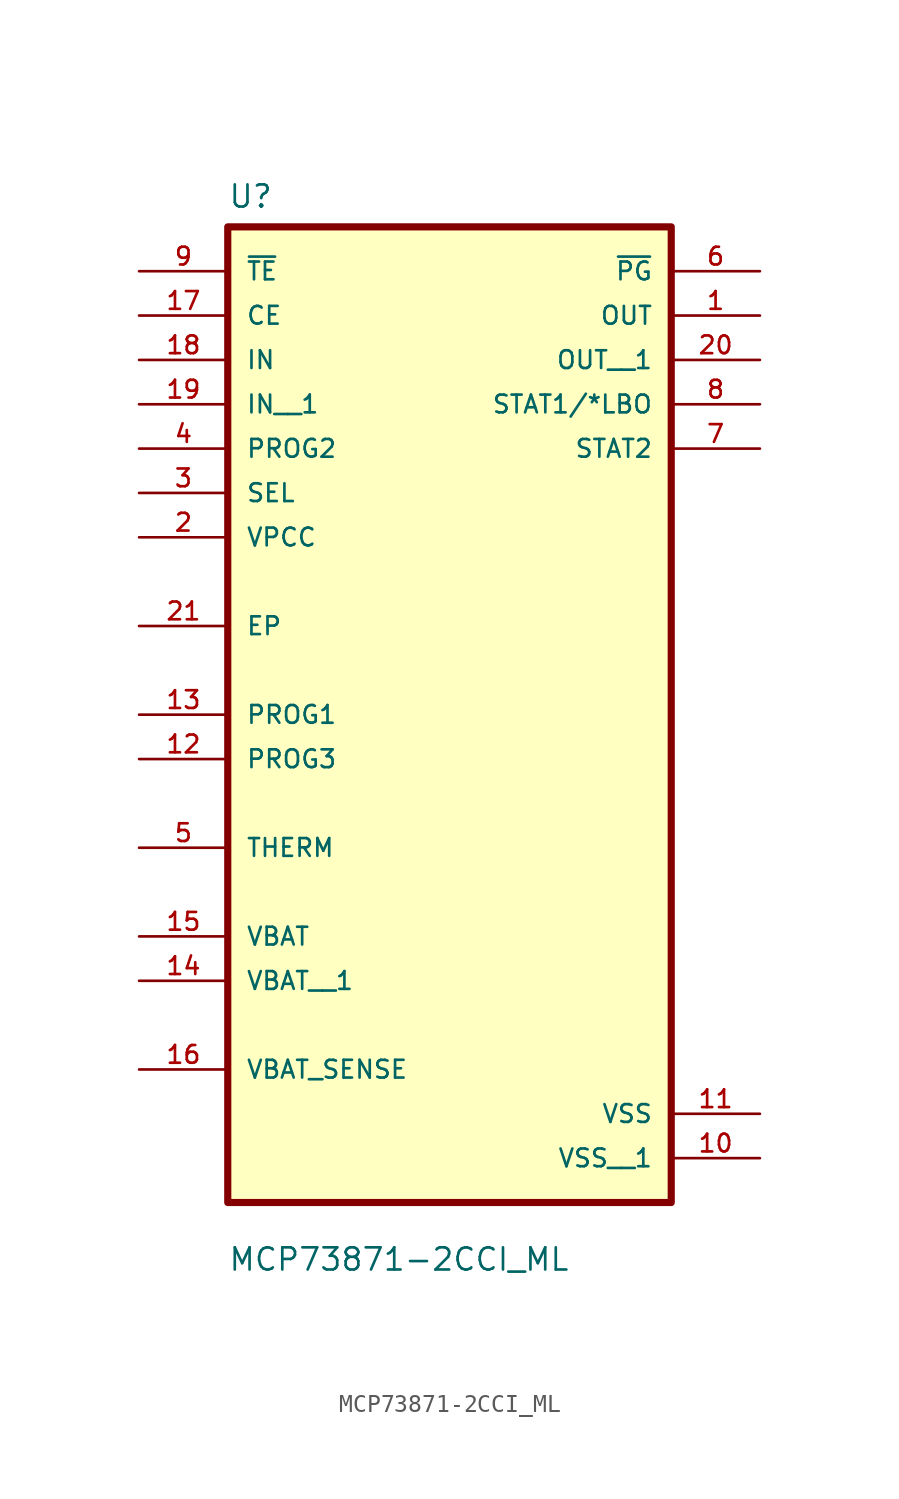
<source format=kicad_sym>
(kicad_symbol_lib
  (version 20211014)
  (generator kicad_symbol_editor)
  (symbol "MCP73871-2CCI_ML"
    (pin_names
      (offset 1.016))
    (property "Reference" "U"
      (at -12.7 26.4 0.0)
      (effects (font (size 1.27 1.27)) (justify bottom left)))
    (property "Value" "MCP73871-2CCI_ML"
      (at -12.7 -34.48 0.0)
      (effects (font (size 1.27 1.27)) (justify bottom left)))
    (symbol "MCP73871-2CCI_ML_0_0"
      (rectangle (start -12.7 -30.48) (end 12.7 25.4) (stroke (width 0.41)) (fill (type background)))
      (pin input line (at -17.78 22.86 0) (length 5.08) (name "~{TE}" (effects (font (size 1.016 1.016)))) (number "9" (effects (font (size 1.016 1.016)))))
      (pin input line (at -17.78 20.32 0) (length 5.08) (name "CE" (effects (font (size 1.016 1.016)))) (number "17" (effects (font (size 1.016 1.016)))))
      (pin input line (at -17.78 17.78 0) (length 5.08) (name "IN" (effects (font (size 1.016 1.016)))) (number "18" (effects (font (size 1.016 1.016)))))
      (pin input line (at -17.78 12.7 0) (length 5.08) (name "PROG2" (effects (font (size 1.016 1.016)))) (number "4" (effects (font (size 1.016 1.016)))))
      (pin input line (at -17.78 10.16 0) (length 5.08) (name "SEL" (effects (font (size 1.016 1.016)))) (number "3" (effects (font (size 1.016 1.016)))))
      (pin input line (at -17.78 7.62 0) (length 5.08) (name "VPCC" (effects (font (size 1.016 1.016)))) (number "2" (effects (font (size 1.016 1.016)))))
      (pin bidirectional line (at -17.78 2.54 0) (length 5.08) (name "EP" (effects (font (size 1.016 1.016)))) (number "21" (effects (font (size 1.016 1.016)))))
      (pin bidirectional line (at -17.78 -2.54 0) (length 5.08) (name "PROG1" (effects (font (size 1.016 1.016)))) (number "13" (effects (font (size 1.016 1.016)))))
      (pin bidirectional line (at -17.78 -5.08 0) (length 5.08) (name "PROG3" (effects (font (size 1.016 1.016)))) (number "12" (effects (font (size 1.016 1.016)))))
      (pin bidirectional line (at -17.78 -10.16 0) (length 5.08) (name "THERM" (effects (font (size 1.016 1.016)))) (number "5" (effects (font (size 1.016 1.016)))))
      (pin bidirectional line (at -17.78 -15.24 0) (length 5.08) (name "VBAT" (effects (font (size 1.016 1.016)))) (number "15" (effects (font (size 1.016 1.016)))))
      (pin bidirectional line (at -17.78 -22.86 0) (length 5.08) (name "VBAT_SENSE" (effects (font (size 1.016 1.016)))) (number "16" (effects (font (size 1.016 1.016)))))
      (pin output line (at 17.78 22.86 180.0) (length 5.08) (name "~{PG}" (effects (font (size 1.016 1.016)))) (number "6" (effects (font (size 1.016 1.016)))))
      (pin output line (at 17.78 20.32 180.0) (length 5.08) (name "OUT" (effects (font (size 1.016 1.016)))) (number "1" (effects (font (size 1.016 1.016)))))
      (pin output line (at 17.78 15.24 180.0) (length 5.08) (name "STAT1/*LBO" (effects (font (size 1.016 1.016)))) (number "8" (effects (font (size 1.016 1.016)))))
      (pin output line (at 17.78 12.7 180.0) (length 5.08) (name "STAT2" (effects (font (size 1.016 1.016)))) (number "7" (effects (font (size 1.016 1.016)))))
      (pin power_in line (at 17.78 -25.4 180.0) (length 5.08) (name "VSS" (effects (font (size 1.016 1.016)))) (number "11" (effects (font (size 1.016 1.016)))))
      (pin input line (at -17.78 15.24 0) (length 5.08) (name "IN__1" (effects (font (size 1.016 1.016)))) (number "19" (effects (font (size 1.016 1.016)))))
      (pin bidirectional line (at -17.78 -17.78 0) (length 5.08) (name "VBAT__1" (effects (font (size 1.016 1.016)))) (number "14" (effects (font (size 1.016 1.016)))))
      (pin output line (at 17.78 17.78 180.0) (length 5.08) (name "OUT__1" (effects (font (size 1.016 1.016)))) (number "20" (effects (font (size 1.016 1.016)))))
      (pin power_in line (at 17.78 -27.94 180.0) (length 5.08) (name "VSS__1" (effects (font (size 1.016 1.016)))) (number "10" (effects (font (size 1.016 1.016))))))))
</source>
